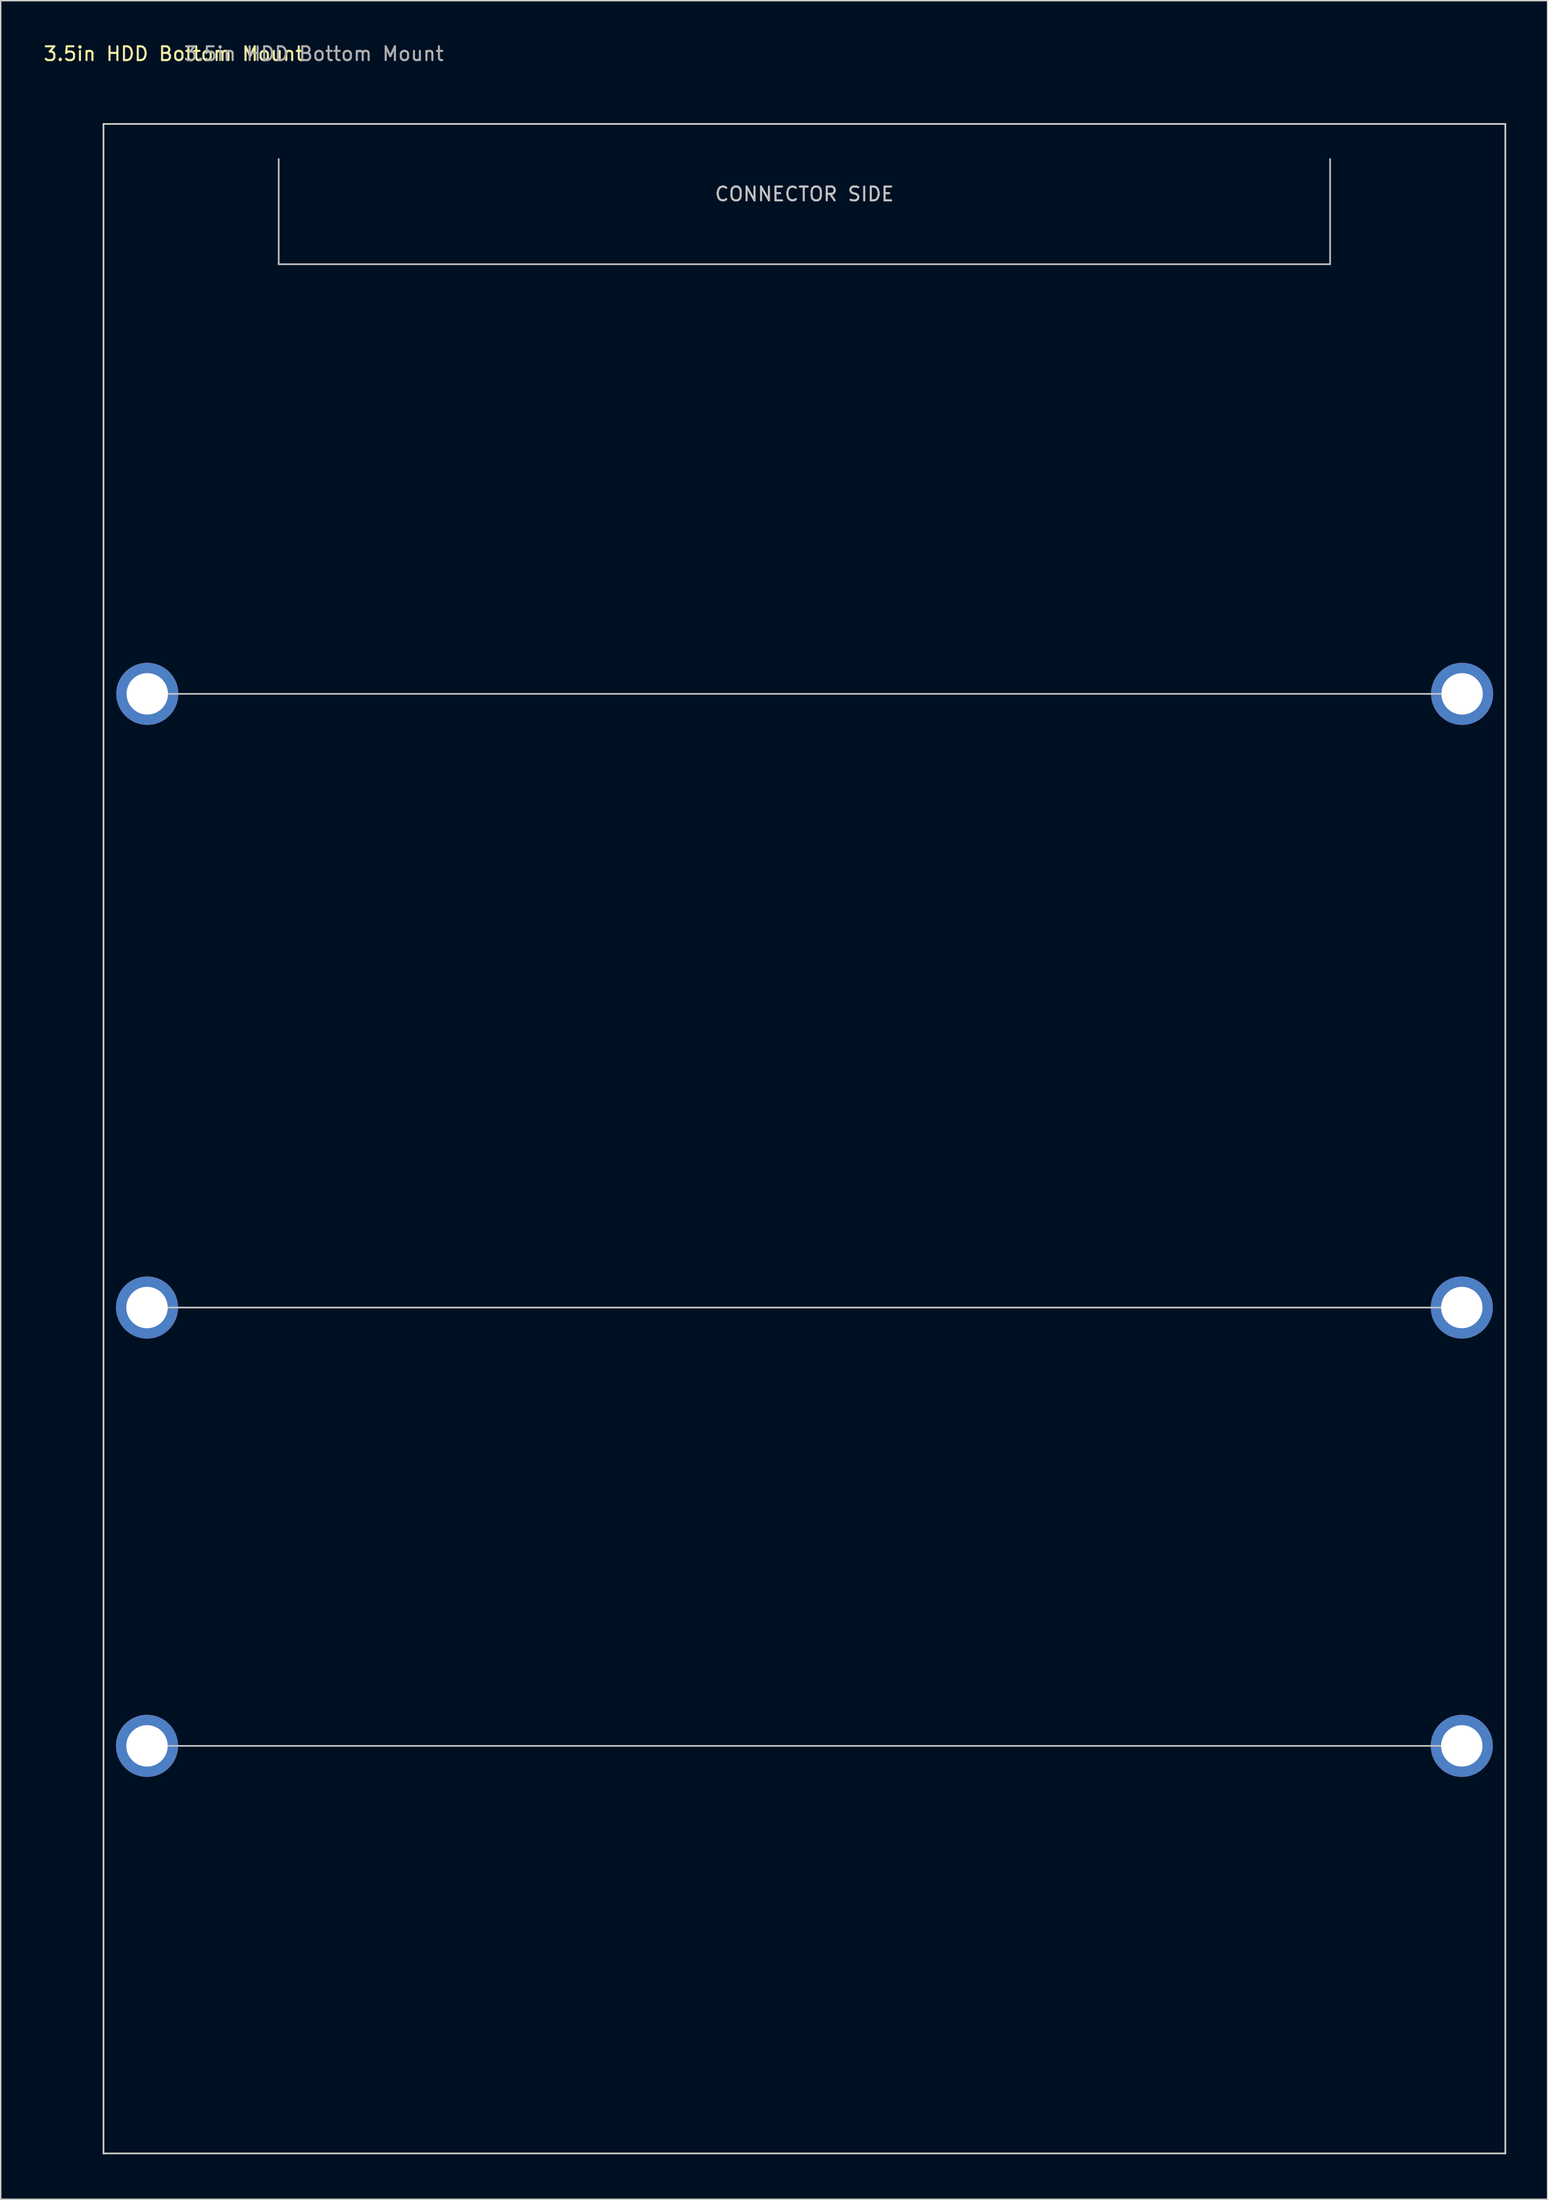
<source format=kicad_pcb>
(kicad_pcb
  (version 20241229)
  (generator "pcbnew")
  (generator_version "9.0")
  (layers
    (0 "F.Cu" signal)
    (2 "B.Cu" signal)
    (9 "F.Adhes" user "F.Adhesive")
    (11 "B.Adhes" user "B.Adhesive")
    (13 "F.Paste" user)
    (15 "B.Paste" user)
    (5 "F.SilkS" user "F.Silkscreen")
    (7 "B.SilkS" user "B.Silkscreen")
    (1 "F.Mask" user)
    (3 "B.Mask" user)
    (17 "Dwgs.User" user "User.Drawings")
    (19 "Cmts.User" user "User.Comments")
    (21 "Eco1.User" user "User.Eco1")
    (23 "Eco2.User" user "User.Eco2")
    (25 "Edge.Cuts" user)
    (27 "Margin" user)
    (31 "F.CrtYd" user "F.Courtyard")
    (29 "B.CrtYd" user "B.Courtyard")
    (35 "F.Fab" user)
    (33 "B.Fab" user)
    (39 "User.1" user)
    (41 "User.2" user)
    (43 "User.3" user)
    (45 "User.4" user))
  (footprint "3.5in HDD Bottom Mount"
    (layer "F.Cu")
    (at 4.45 5.928)
    (property "Reference" "3.5in HDD Bottom Mount" (at 5.08 -5.08 0) (unlocked yes) (layer "F.SilkS") (effects (font (size 1 1) (thickness 0.15))))
    (attr through_hole)
    (fp_line (start 3.155 85.73) (end 98.445 85.73) (stroke (width 0.12) (type solid)) (layer "Dwgs.User"))
    (fp_line (start 3.155 117.48) (end 98.445 117.48) (stroke (width 0.12) (type solid)) (layer "Dwgs.User"))
    (fp_line (start 3.175 41.28) (end 98.465 41.28) (stroke (width 0.12) (type solid)) (layer "Dwgs.User"))
    (fp_line (start 12.7 10.16) (end 12.7 2.54) (stroke (width 0.12) (type solid)) (layer "Dwgs.User"))
    (fp_line (start 88.9 2.54) (end 88.9 10.16) (stroke (width 0.12) (type solid)) (layer "Dwgs.User"))
    (fp_line (start 88.9 10.16) (end 12.7 10.16) (stroke (width 0.12) (type solid)) (layer "Dwgs.User"))
    (fp_line (start 0 0) (end 0 147) (stroke (width 0.12) (type solid)) (layer "Edge.Cuts"))
    (fp_line (start 101.6 0) (end 0 0) (stroke (width 0.12) (type solid)) (layer "Edge.Cuts"))
    (fp_line (start 101.6 0) (end 101.6 147) (stroke (width 0.12) (type solid)) (layer "Edge.Cuts"))
    (fp_line (start 101.6 147) (end 0 147) (stroke (width 0.12) (type solid)) (layer "Edge.Cuts"))
    (fp_text user "CONNECTOR SIDE" (at 50.8 5.08 0) (unlocked yes) (layer "Dwgs.User") (effects (font (size 1 1) (thickness 0.15))))
    (fp_text user "${REFERENCE}" (at 15.24 -5.08 0) (unlocked yes) (layer "F.Fab") (effects (font (size 1 1) (thickness 0.15))))
    (pad "1" thru_hole circle (at 3.175 41.28) (size 4.5 4.5) (drill 3) (layers "*.Cu" "*.Mask"))
    (pad "2" thru_hole circle (at 98.465 41.28) (size 4.5 4.5) (drill 3) (layers "*.Cu" "*.Mask"))
    (pad "3" thru_hole circle (at 3.155 85.73) (size 4.5 4.5) (drill 3) (layers "*.Cu" "*.Mask"))
    (pad "4" thru_hole circle (at 98.445 85.73) (size 4.5 4.5) (drill 3) (layers "*.Cu" "*.Mask"))
    (pad "5" thru_hole circle (at 3.155 117.48) (size 4.5 4.5) (drill 3) (layers "*.Cu" "*.Mask"))
    (pad "6" thru_hole circle (at 98.445 117.48) (size 4.5 4.5) (drill 3) (layers "*.Cu" "*.Mask"))
    (zone (net_name "") (layer "F.Cu") (hatch edge 0.508) (connect_pads) (min_thickness 0.254) (filled_areas_thickness no) (keepout (tracks allowed) (vias allowed) (pads allowed) (copperpour allowed) (footprints not_allowed)) (placement (enabled no)) (fill) (polygon (pts (xy 10.165 153.248) (xy 4.45 153.248) (xy 4.45 5.928) (xy 10.165 5.928))))
    (zone (net_name "") (layer "F.Cu") (hatch edge 0.508) (connect_pads) (min_thickness 0.254) (filled_areas_thickness no) (keepout (tracks allowed) (vias allowed) (pads allowed) (copperpour allowed) (footprints not_allowed)) (placement (enabled no)) (fill) (polygon (pts (xy 106.05 153.248) (xy 100.335 153.248) (xy 100.335 5.928) (xy 106.05 5.928)))))
  (gr_rect
    (start -3 -3)
    (end 109.11 156.248)
    (stroke (width 0.1) (type default))
    (fill no)
    (layer "Edge.Cuts")))
</source>
